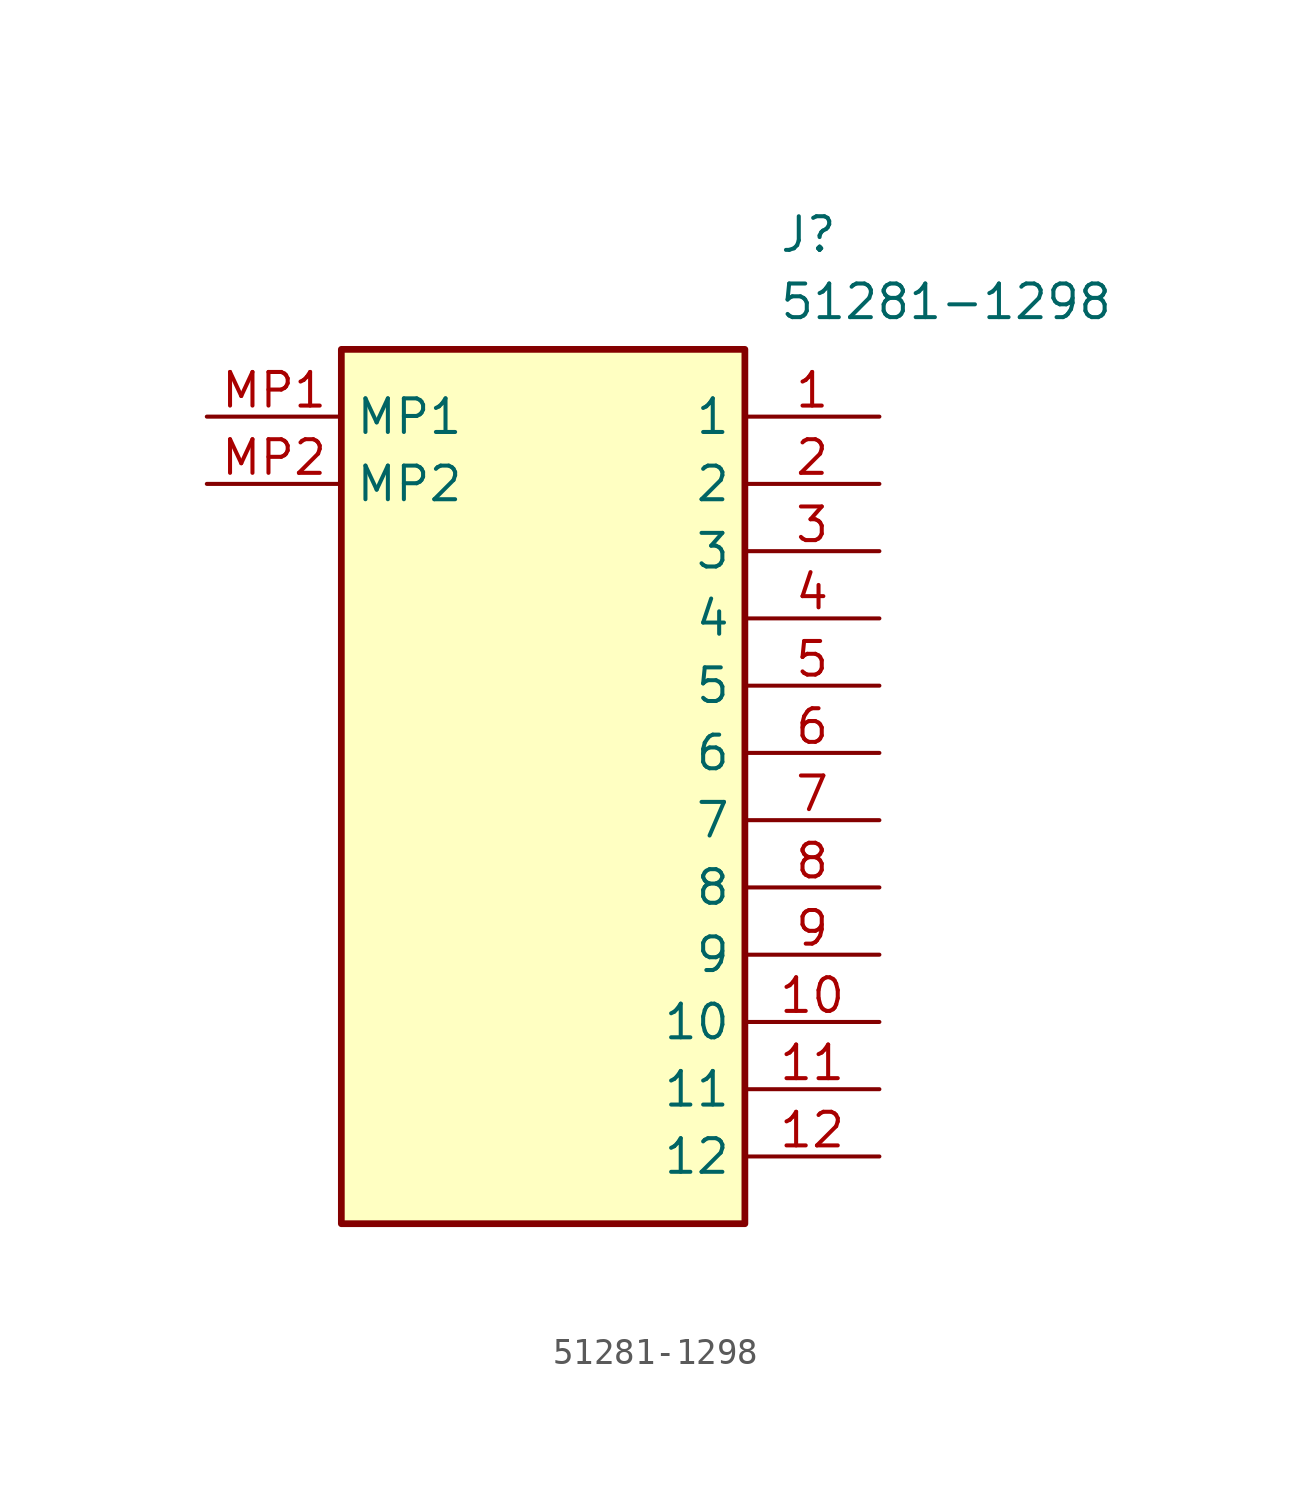
<source format=kicad_sym>
(kicad_symbol_lib
  (version 20211014)
  (generator SamacSys_ECAD_Model)
  (symbol "51281-1298"
    (property "Reference" "J"
      (at 21.59 7.62 0)
      (effects (font (size 1.27 1.27)) (justify left top)))
    (property "Value" "51281-1298"
      (at 21.59 5.08 0)
      (effects (font (size 1.27 1.27)) (justify left top)))
    (rectangle
      (start 5.08 2.54)
      (end 20.32 -30.48)
      (stroke (width 0.254) (type default))
      (fill (type background)))
    (pin passive line
      (at 25.4 0 180)
      (length 5.08)
      (name "1" (effects (font (size 1.27 1.27))))
      (number "1" (effects (font (size 1.27 1.27)))))
    (pin passive line
      (at 25.4 -2.54 180)
      (length 5.08)
      (name "2" (effects (font (size 1.27 1.27))))
      (number "2" (effects (font (size 1.27 1.27)))))
    (pin passive line
      (at 25.4 -5.08 180)
      (length 5.08)
      (name "3" (effects (font (size 1.27 1.27))))
      (number "3" (effects (font (size 1.27 1.27)))))
    (pin passive line
      (at 25.4 -7.62 180)
      (length 5.08)
      (name "4" (effects (font (size 1.27 1.27))))
      (number "4" (effects (font (size 1.27 1.27)))))
    (pin passive line
      (at 25.4 -10.16 180)
      (length 5.08)
      (name "5" (effects (font (size 1.27 1.27))))
      (number "5" (effects (font (size 1.27 1.27)))))
    (pin passive line
      (at 25.4 -12.7 180)
      (length 5.08)
      (name "6" (effects (font (size 1.27 1.27))))
      (number "6" (effects (font (size 1.27 1.27)))))
    (pin passive line
      (at 25.4 -15.24 180)
      (length 5.08)
      (name "7" (effects (font (size 1.27 1.27))))
      (number "7" (effects (font (size 1.27 1.27)))))
    (pin passive line
      (at 25.4 -17.78 180)
      (length 5.08)
      (name "8" (effects (font (size 1.27 1.27))))
      (number "8" (effects (font (size 1.27 1.27)))))
    (pin passive line
      (at 25.4 -20.32 180)
      (length 5.08)
      (name "9" (effects (font (size 1.27 1.27))))
      (number "9" (effects (font (size 1.27 1.27)))))
    (pin passive line
      (at 25.4 -22.86 180)
      (length 5.08)
      (name "10" (effects (font (size 1.27 1.27))))
      (number "10" (effects (font (size 1.27 1.27)))))
    (pin passive line
      (at 25.4 -25.4 180)
      (length 5.08)
      (name "11" (effects (font (size 1.27 1.27))))
      (number "11" (effects (font (size 1.27 1.27)))))
    (pin passive line
      (at 25.4 -27.94 180)
      (length 5.08)
      (name "12" (effects (font (size 1.27 1.27))))
      (number "12" (effects (font (size 1.27 1.27)))))
    (pin passive line
      (at 0 0 0)
      (length 5.08)
      (name "MP1" (effects (font (size 1.27 1.27))))
      (number "MP1" (effects (font (size 1.27 1.27)))))
    (pin passive line
      (at 0 -2.54 0)
      (length 5.08)
      (name "MP2" (effects (font (size 1.27 1.27))))
      (number "MP2" (effects (font (size 1.27 1.27)))))))
</source>
